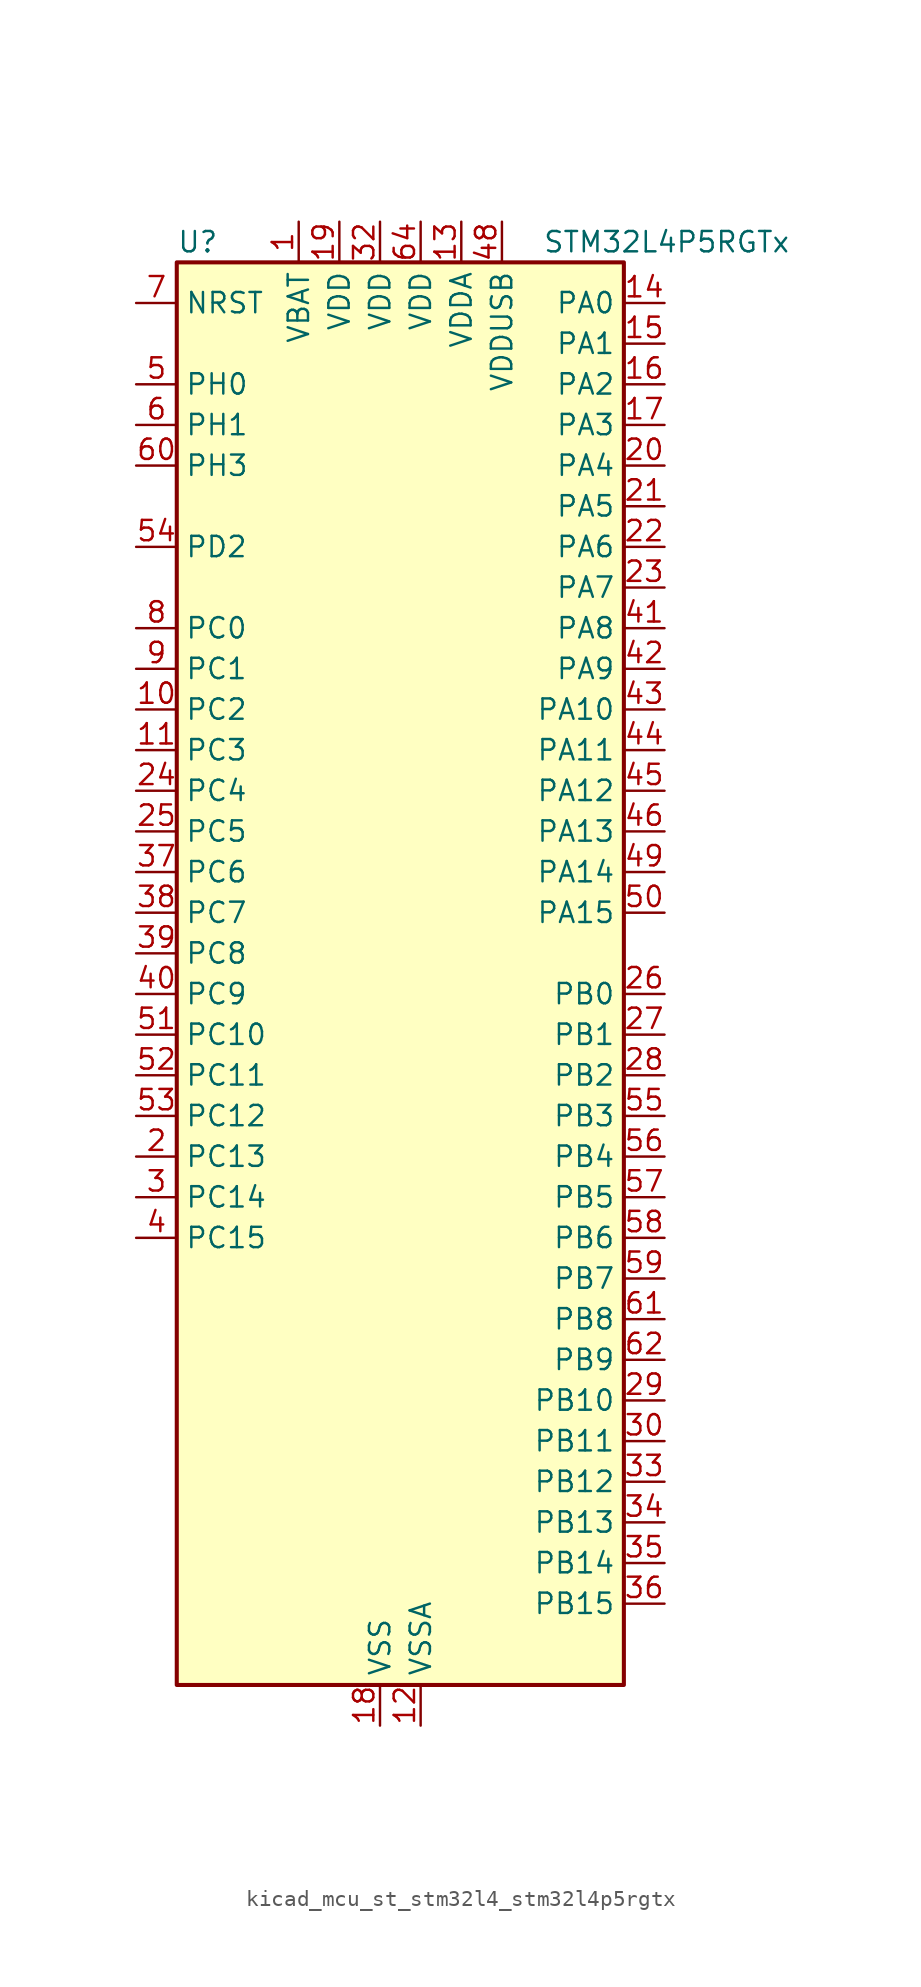
<source format=kicad_sym>
(kicad_symbol_lib
  (version 20220914)
  (generator kicad_symbol_editor)
  (symbol "kicad_mcu_st_stm32l4_stm32l4p5rgtx"
    (property "Reference" "U"
      (at -12.7 46.99 0)
      (effects (font (size 1.27 1.27)) (justify left)))
    (property "Value" "STM32L4P5RGTx"
      (at 10.16 46.99 0)
      (effects (font (size 1.27 1.27)) (justify left)))
    (property "ki_locked" ""
      (at 0 0 0)
      (effects (font (size 1.27 1.27))))
    (symbol "kicad_mcu_st_stm32l4_stm32l4p5rgtx_0_1"
      (rectangle (start -12.7 -43.18) (end 15.24 45.72) (stroke (width 0.254) (type default)) (fill (type background))))
    (symbol "kicad_mcu_st_stm32l4_stm32l4p5rgtx_1_1"
      (pin power_in line (at -5.08 48.26 270) (length 2.54) (name "VBAT" (effects (font (size 1.27 1.27)))) (number "1" (effects (font (size 1.27 1.27)))))
      (pin bidirectional line (at -15.24 17.78 0) (length 2.54) (name "PC2" (effects (font (size 1.27 1.27)))) (number "10" (effects (font (size 1.27 1.27)))) (alternate "ADC1_IN3" bidirectional line) (alternate "ADC2_IN3" bidirectional line) (alternate "DFSDM1_CKOUT" bidirectional line) (alternate "LPTIM1_IN2" bidirectional line) (alternate "LTDC_HSYNC" bidirectional line) (alternate "OCTOSPIM_P1_IO5" bidirectional line) (alternate "SPI2_MISO" bidirectional line))
      (pin bidirectional line (at -15.24 15.24 0) (length 2.54) (name "PC3" (effects (font (size 1.27 1.27)))) (number "11" (effects (font (size 1.27 1.27)))) (alternate "ADC1_IN4" bidirectional line) (alternate "ADC2_IN4" bidirectional line) (alternate "LPTIM1_ETR" bidirectional line) (alternate "LPTIM2_ETR" bidirectional line) (alternate "OCTOSPIM_P1_IO6" bidirectional line) (alternate "SAI1_D1" bidirectional line) (alternate "SAI1_SD_A" bidirectional line) (alternate "SPI2_MOSI" bidirectional line))
      (pin power_in line (at 2.54 -45.72 90) (length 2.54) (name "VSSA" (effects (font (size 1.27 1.27)))) (number "12" (effects (font (size 1.27 1.27)))))
      (pin power_in line (at 5.08 48.26 270) (length 2.54) (name "VDDA" (effects (font (size 1.27 1.27)))) (number "13" (effects (font (size 1.27 1.27)))))
      (pin bidirectional line (at 17.78 43.18 180) (length 2.54) (name "PA0" (effects (font (size 1.27 1.27)))) (number "14" (effects (font (size 1.27 1.27)))) (alternate "ADC1_IN5" bidirectional line) (alternate "ADC2_IN5" bidirectional line) (alternate "OPAMP1_VINP" bidirectional line) (alternate "RTC_TAMP2" bidirectional line) (alternate "SAI1_EXTCLK" bidirectional line) (alternate "SYS_WKUP1" bidirectional line) (alternate "TIM2_CH1" bidirectional line) (alternate "TIM2_ETR" bidirectional line) (alternate "TIM5_CH1" bidirectional line) (alternate "TIM8_ETR" bidirectional line) (alternate "UART4_TX" bidirectional line) (alternate "USART2_CTS" bidirectional line) (alternate "USART2_NSS" bidirectional line))
      (pin bidirectional line (at 17.78 40.64 180) (length 2.54) (name "PA1" (effects (font (size 1.27 1.27)))) (number "15" (effects (font (size 1.27 1.27)))) (alternate "ADC1_IN6" bidirectional line) (alternate "ADC2_IN6" bidirectional line) (alternate "I2C1_SMBA" bidirectional line) (alternate "OCTOSPIM_P1_DQS" bidirectional line) (alternate "OPAMP1_VINM" bidirectional line) (alternate "SDMMC2_CMD" bidirectional line) (alternate "SPI1_SCK" bidirectional line) (alternate "TIM15_CH1N" bidirectional line) (alternate "TIM2_CH2" bidirectional line) (alternate "TIM5_CH2" bidirectional line) (alternate "UART4_RX" bidirectional line) (alternate "USART2_DE" bidirectional line) (alternate "USART2_RTS" bidirectional line))
      (pin bidirectional line (at 17.78 38.1 180) (length 2.54) (name "PA2" (effects (font (size 1.27 1.27)))) (number "16" (effects (font (size 1.27 1.27)))) (alternate "ADC1_IN7" bidirectional line) (alternate "ADC2_IN7" bidirectional line) (alternate "LPUART1_TX" bidirectional line) (alternate "OCTOSPIM_P1_NCS" bidirectional line) (alternate "RCC_LSCO" bidirectional line) (alternate "SAI2_EXTCLK" bidirectional line) (alternate "SYS_WKUP4" bidirectional line) (alternate "TIM15_CH1" bidirectional line) (alternate "TIM2_CH3" bidirectional line) (alternate "TIM5_CH3" bidirectional line) (alternate "USART2_TX" bidirectional line))
      (pin bidirectional line (at 17.78 35.56 180) (length 2.54) (name "PA3" (effects (font (size 1.27 1.27)))) (number "17" (effects (font (size 1.27 1.27)))) (alternate "ADC1_IN8" bidirectional line) (alternate "ADC2_IN8" bidirectional line) (alternate "LPUART1_RX" bidirectional line) (alternate "OCTOSPIM_P1_CLK" bidirectional line) (alternate "OPAMP1_VOUT" bidirectional line) (alternate "SAI1_CK1" bidirectional line) (alternate "SAI1_MCLK_A" bidirectional line) (alternate "TIM15_CH2" bidirectional line) (alternate "TIM2_CH4" bidirectional line) (alternate "TIM5_CH4" bidirectional line) (alternate "USART2_RX" bidirectional line))
      (pin power_in line (at 0 -45.72 90) (length 2.54) (name "VSS" (effects (font (size 1.27 1.27)))) (number "18" (effects (font (size 1.27 1.27)))))
      (pin power_in line (at -2.54 48.26 270) (length 2.54) (name "VDD" (effects (font (size 1.27 1.27)))) (number "19" (effects (font (size 1.27 1.27)))))
      (pin bidirectional line (at -15.24 -10.16 0) (length 2.54) (name "PC13" (effects (font (size 1.27 1.27)))) (number "2" (effects (font (size 1.27 1.27)))) (alternate "RTC_OUT1" bidirectional line) (alternate "RTC_TAMP1" bidirectional line) (alternate "RTC_TS" bidirectional line) (alternate "SYS_WKUP2" bidirectional line))
      (pin bidirectional line (at 17.78 33.02 180) (length 2.54) (name "PA4" (effects (font (size 1.27 1.27)))) (number "20" (effects (font (size 1.27 1.27)))) (alternate "ADC1_IN9" bidirectional line) (alternate "ADC2_IN9" bidirectional line) (alternate "DAC1_OUT1" bidirectional line) (alternate "DCMI_HSYNC" bidirectional line) (alternate "LPTIM2_OUT" bidirectional line) (alternate "LTDC_CLK" bidirectional line) (alternate "OCTOSPIM_P1_NCS" bidirectional line) (alternate "PSSI_DE" bidirectional line) (alternate "SAI1_FS_B" bidirectional line) (alternate "SPI1_NSS" bidirectional line) (alternate "SPI3_NSS" bidirectional line) (alternate "USART2_CK" bidirectional line))
      (pin bidirectional line (at 17.78 30.48 180) (length 2.54) (name "PA5" (effects (font (size 1.27 1.27)))) (number "21" (effects (font (size 1.27 1.27)))) (alternate "ADC1_IN10" bidirectional line) (alternate "ADC2_IN10" bidirectional line) (alternate "DAC1_OUT2" bidirectional line) (alternate "LPTIM2_ETR" bidirectional line) (alternate "LTDC_R7" bidirectional line) (alternate "PSSI_D14" bidirectional line) (alternate "SPI1_SCK" bidirectional line) (alternate "TIM2_CH1" bidirectional line) (alternate "TIM2_ETR" bidirectional line) (alternate "TIM8_CH1N" bidirectional line))
      (pin bidirectional line (at 17.78 27.94 180) (length 2.54) (name "PA6" (effects (font (size 1.27 1.27)))) (number "22" (effects (font (size 1.27 1.27)))) (alternate "ADC1_IN11" bidirectional line) (alternate "ADC2_IN11" bidirectional line) (alternate "DCMI_PIXCLK" bidirectional line) (alternate "LPUART1_CTS" bidirectional line) (alternate "OCTOSPIM_P1_IO3" bidirectional line) (alternate "OPAMP2_VINP" bidirectional line) (alternate "PSSI_PDCK" bidirectional line) (alternate "SPI1_MISO" bidirectional line) (alternate "TIM16_CH1" bidirectional line) (alternate "TIM1_BKIN" bidirectional line) (alternate "TIM3_CH1" bidirectional line) (alternate "TIM8_BKIN" bidirectional line) (alternate "USART3_CTS" bidirectional line) (alternate "USART3_NSS" bidirectional line))
      (pin bidirectional line (at 17.78 25.4 180) (length 2.54) (name "PA7" (effects (font (size 1.27 1.27)))) (number "23" (effects (font (size 1.27 1.27)))) (alternate "ADC1_IN12" bidirectional line) (alternate "ADC2_IN12" bidirectional line) (alternate "I2C3_SCL" bidirectional line) (alternate "OCTOSPIM_P1_IO2" bidirectional line) (alternate "OPAMP2_VINM" bidirectional line) (alternate "SPI1_MOSI" bidirectional line) (alternate "TIM17_CH1" bidirectional line) (alternate "TIM1_CH1N" bidirectional line) (alternate "TIM3_CH2" bidirectional line) (alternate "TIM8_CH1N" bidirectional line))
      (pin bidirectional line (at -15.24 12.7 0) (length 2.54) (name "PC4" (effects (font (size 1.27 1.27)))) (number "24" (effects (font (size 1.27 1.27)))) (alternate "ADC1_IN13" bidirectional line) (alternate "ADC2_IN13" bidirectional line) (alternate "COMP1_INM" bidirectional line) (alternate "OCTOSPIM_P1_IO7" bidirectional line) (alternate "OCTOSPIM_P2_NCS" bidirectional line) (alternate "USART3_TX" bidirectional line))
      (pin bidirectional line (at -15.24 10.16 0) (length 2.54) (name "PC5" (effects (font (size 1.27 1.27)))) (number "25" (effects (font (size 1.27 1.27)))) (alternate "ADC1_IN14" bidirectional line) (alternate "ADC2_IN14" bidirectional line) (alternate "COMP1_INP" bidirectional line) (alternate "LTDC_CLK" bidirectional line) (alternate "PSSI_D15" bidirectional line) (alternate "SAI1_D3" bidirectional line) (alternate "SYS_WKUP5" bidirectional line) (alternate "USART3_RX" bidirectional line))
      (pin bidirectional line (at 17.78 0 180) (length 2.54) (name "PB0" (effects (font (size 1.27 1.27)))) (number "26" (effects (font (size 1.27 1.27)))) (alternate "ADC1_IN15" bidirectional line) (alternate "ADC2_IN15" bidirectional line) (alternate "COMP1_OUT" bidirectional line) (alternate "LTDC_B6" bidirectional line) (alternate "OCTOSPIM_P1_IO1" bidirectional line) (alternate "OPAMP2_VOUT" bidirectional line) (alternate "SAI1_EXTCLK" bidirectional line) (alternate "SPI1_NSS" bidirectional line) (alternate "TIM1_CH2N" bidirectional line) (alternate "TIM3_CH3" bidirectional line) (alternate "TIM8_CH2N" bidirectional line) (alternate "USART3_CK" bidirectional line))
      (pin bidirectional line (at 17.78 -2.54 180) (length 2.54) (name "PB1" (effects (font (size 1.27 1.27)))) (number "27" (effects (font (size 1.27 1.27)))) (alternate "ADC1_IN16" bidirectional line) (alternate "ADC2_IN16" bidirectional line) (alternate "COMP1_INM" bidirectional line) (alternate "DFSDM1_DATIN0" bidirectional line) (alternate "LPTIM2_IN1" bidirectional line) (alternate "LPUART1_DE" bidirectional line) (alternate "LPUART1_RTS" bidirectional line) (alternate "LTDC_G6" bidirectional line) (alternate "OCTOSPIM_P1_IO0" bidirectional line) (alternate "TIM1_CH3N" bidirectional line) (alternate "TIM3_CH4" bidirectional line) (alternate "TIM8_CH3N" bidirectional line) (alternate "USART3_DE" bidirectional line) (alternate "USART3_RTS" bidirectional line))
      (pin bidirectional line (at 17.78 -5.08 180) (length 2.54) (name "PB2" (effects (font (size 1.27 1.27)))) (number "28" (effects (font (size 1.27 1.27)))) (alternate "COMP1_INP" bidirectional line) (alternate "DFSDM1_CKIN0" bidirectional line) (alternate "I2C3_SMBA" bidirectional line) (alternate "LPTIM1_OUT" bidirectional line) (alternate "OCTOSPIM_P1_DQS" bidirectional line) (alternate "RTC_OUT2" bidirectional line))
      (pin bidirectional line (at 17.78 -25.4 180) (length 2.54) (name "PB10" (effects (font (size 1.27 1.27)))) (number "29" (effects (font (size 1.27 1.27)))) (alternate "COMP1_OUT" bidirectional line) (alternate "I2C2_SCL" bidirectional line) (alternate "I2C4_SCL" bidirectional line) (alternate "LPUART1_RX" bidirectional line) (alternate "OCTOSPIM_P1_CLK" bidirectional line) (alternate "OCTOSPIM_P1_IO3" bidirectional line) (alternate "SAI1_SCK_A" bidirectional line) (alternate "SPI2_SCK" bidirectional line) (alternate "TIM2_CH3" bidirectional line) (alternate "TSC_SYNC" bidirectional line) (alternate "USART3_TX" bidirectional line))
      (pin bidirectional line (at -15.24 -12.7 0) (length 2.54) (name "PC14" (effects (font (size 1.27 1.27)))) (number "3" (effects (font (size 1.27 1.27)))) (alternate "RCC_OSC32_IN" bidirectional line))
      (pin bidirectional line (at 17.78 -27.94 180) (length 2.54) (name "PB11" (effects (font (size 1.27 1.27)))) (number "30" (effects (font (size 1.27 1.27)))) (alternate "ADC1_EXTI11" bidirectional line) (alternate "ADC2_EXTI11" bidirectional line) (alternate "COMP2_OUT" bidirectional line) (alternate "I2C2_SDA" bidirectional line) (alternate "I2C4_SDA" bidirectional line) (alternate "LPUART1_TX" bidirectional line) (alternate "LTDC_VSYNC" bidirectional line) (alternate "OCTOSPIM_P1_NCS" bidirectional line) (alternate "TIM2_CH4" bidirectional line) (alternate "USART3_RX" bidirectional line))
      (pin passive line (at 0 -45.72 90) (length 2.54) hide (name "VSS" (effects (font (size 1.27 1.27)))) (number "31" (effects (font (size 1.27 1.27)))))
      (pin power_in line (at 0 48.26 270) (length 2.54) (name "VDD" (effects (font (size 1.27 1.27)))) (number "32" (effects (font (size 1.27 1.27)))))
      (pin bidirectional line (at 17.78 -30.48 180) (length 2.54) (name "PB12" (effects (font (size 1.27 1.27)))) (number "33" (effects (font (size 1.27 1.27)))) (alternate "DFSDM1_DATIN1" bidirectional line) (alternate "I2C2_SMBA" bidirectional line) (alternate "LPUART1_DE" bidirectional line) (alternate "LPUART1_RTS" bidirectional line) (alternate "OCTOSPIM_P1_NCLK" bidirectional line) (alternate "SAI2_FS_A" bidirectional line) (alternate "SDMMC2_CK" bidirectional line) (alternate "SPI2_NSS" bidirectional line) (alternate "TIM15_BKIN" bidirectional line) (alternate "TIM1_BKIN" bidirectional line) (alternate "TSC_G1_IO1" bidirectional line) (alternate "USART3_CK" bidirectional line))
      (pin bidirectional line (at 17.78 -33.02 180) (length 2.54) (name "PB13" (effects (font (size 1.27 1.27)))) (number "34" (effects (font (size 1.27 1.27)))) (alternate "DFSDM1_CKIN1" bidirectional line) (alternate "I2C2_SCL" bidirectional line) (alternate "LPUART1_CTS" bidirectional line) (alternate "OCTOSPIM_P1_IO1" bidirectional line) (alternate "SAI2_SCK_A" bidirectional line) (alternate "SPI2_SCK" bidirectional line) (alternate "TIM15_CH1N" bidirectional line) (alternate "TIM1_CH1N" bidirectional line) (alternate "TSC_G1_IO2" bidirectional line) (alternate "USART3_CTS" bidirectional line) (alternate "USART3_NSS" bidirectional line))
      (pin bidirectional line (at 17.78 -35.56 180) (length 2.54) (name "PB14" (effects (font (size 1.27 1.27)))) (number "35" (effects (font (size 1.27 1.27)))) (alternate "DFSDM1_DATIN2" bidirectional line) (alternate "I2C2_SDA" bidirectional line) (alternate "OCTOSPIM_P1_IO6" bidirectional line) (alternate "SAI2_MCLK_A" bidirectional line) (alternate "SDMMC2_D0" bidirectional line) (alternate "SPI2_MISO" bidirectional line) (alternate "TIM15_CH1" bidirectional line) (alternate "TIM1_CH2N" bidirectional line) (alternate "TIM8_CH2N" bidirectional line) (alternate "TSC_G1_IO3" bidirectional line) (alternate "USART3_DE" bidirectional line) (alternate "USART3_RTS" bidirectional line))
      (pin bidirectional line (at 17.78 -38.1 180) (length 2.54) (name "PB15" (effects (font (size 1.27 1.27)))) (number "36" (effects (font (size 1.27 1.27)))) (alternate "ADC1_EXTI15" bidirectional line) (alternate "ADC2_EXTI15" bidirectional line) (alternate "DFSDM1_CKIN2" bidirectional line) (alternate "OCTOSPIM_P1_IO7" bidirectional line) (alternate "RTC_REFIN" bidirectional line) (alternate "SAI2_SD_A" bidirectional line) (alternate "SDMMC2_D1" bidirectional line) (alternate "SPI2_MOSI" bidirectional line) (alternate "TIM15_CH2" bidirectional line) (alternate "TIM1_CH3N" bidirectional line) (alternate "TIM8_CH3N" bidirectional line) (alternate "TSC_G1_IO4" bidirectional line))
      (pin bidirectional line (at -15.24 7.62 0) (length 2.54) (name "PC6" (effects (font (size 1.27 1.27)))) (number "37" (effects (font (size 1.27 1.27)))) (alternate "DCMI_D0" bidirectional line) (alternate "DFSDM1_CKIN3" bidirectional line) (alternate "LTDC_G7" bidirectional line) (alternate "PSSI_D0" bidirectional line) (alternate "SAI2_MCLK_A" bidirectional line) (alternate "SDMMC1_D0DIR" bidirectional line) (alternate "SDMMC1_D6" bidirectional line) (alternate "SDMMC2_D6" bidirectional line) (alternate "TIM3_CH1" bidirectional line) (alternate "TIM8_CH1" bidirectional line) (alternate "TSC_G4_IO1" bidirectional line))
      (pin bidirectional line (at -15.24 5.08 0) (length 2.54) (name "PC7" (effects (font (size 1.27 1.27)))) (number "38" (effects (font (size 1.27 1.27)))) (alternate "DCMI_D1" bidirectional line) (alternate "DFSDM1_DATIN3" bidirectional line) (alternate "LTDC_B6" bidirectional line) (alternate "PSSI_D1" bidirectional line) (alternate "SAI2_MCLK_B" bidirectional line) (alternate "SDMMC1_D123DIR" bidirectional line) (alternate "SDMMC1_D7" bidirectional line) (alternate "SDMMC2_D7" bidirectional line) (alternate "TIM3_CH2" bidirectional line) (alternate "TIM8_CH2" bidirectional line) (alternate "TSC_G4_IO2" bidirectional line))
      (pin bidirectional line (at -15.24 2.54 0) (length 2.54) (name "PC8" (effects (font (size 1.27 1.27)))) (number "39" (effects (font (size 1.27 1.27)))) (alternate "DCMI_D2" bidirectional line) (alternate "PSSI_D2" bidirectional line) (alternate "SDMMC1_D0" bidirectional line) (alternate "TIM3_CH3" bidirectional line) (alternate "TIM8_CH3" bidirectional line) (alternate "TSC_G4_IO3" bidirectional line))
      (pin bidirectional line (at -15.24 -15.24 0) (length 2.54) (name "PC15" (effects (font (size 1.27 1.27)))) (number "4" (effects (font (size 1.27 1.27)))) (alternate "ADC1_EXTI15" bidirectional line) (alternate "ADC2_EXTI15" bidirectional line) (alternate "RCC_OSC32_OUT" bidirectional line))
      (pin bidirectional line (at -15.24 0 0) (length 2.54) (name "PC9" (effects (font (size 1.27 1.27)))) (number "40" (effects (font (size 1.27 1.27)))) (alternate "DAC1_EXTI9" bidirectional line) (alternate "DCMI_D3" bidirectional line) (alternate "I2C3_SDA" bidirectional line) (alternate "PSSI_D3" bidirectional line) (alternate "SAI2_EXTCLK" bidirectional line) (alternate "SDMMC1_D1" bidirectional line) (alternate "SYS_TRACED0" bidirectional line) (alternate "TIM3_CH4" bidirectional line) (alternate "TIM8_BKIN2" bidirectional line) (alternate "TIM8_CH4" bidirectional line) (alternate "TSC_G4_IO4" bidirectional line) (alternate "USB_OTG_FS_NOE" bidirectional line))
      (pin bidirectional line (at 17.78 22.86 180) (length 2.54) (name "PA8" (effects (font (size 1.27 1.27)))) (number "41" (effects (font (size 1.27 1.27)))) (alternate "LPTIM2_OUT" bidirectional line) (alternate "LTDC_B7" bidirectional line) (alternate "RCC_MCO" bidirectional line) (alternate "SAI1_CK2" bidirectional line) (alternate "SAI1_SCK_A" bidirectional line) (alternate "TIM1_CH1" bidirectional line) (alternate "USART1_CK" bidirectional line) (alternate "USB_OTG_FS_SOF" bidirectional line))
      (pin bidirectional line (at 17.78 20.32 180) (length 2.54) (name "PA9" (effects (font (size 1.27 1.27)))) (number "42" (effects (font (size 1.27 1.27)))) (alternate "DAC1_EXTI9" bidirectional line) (alternate "DCMI_D0" bidirectional line) (alternate "LTDC_G7" bidirectional line) (alternate "PSSI_D0" bidirectional line) (alternate "SAI1_FS_A" bidirectional line) (alternate "SPI2_SCK" bidirectional line) (alternate "TIM15_BKIN" bidirectional line) (alternate "TIM1_CH2" bidirectional line) (alternate "USART1_TX" bidirectional line) (alternate "USB_OTG_FS_VBUS" bidirectional line))
      (pin bidirectional line (at 17.78 17.78 180) (length 2.54) (name "PA10" (effects (font (size 1.27 1.27)))) (number "43" (effects (font (size 1.27 1.27)))) (alternate "DCMI_D1" bidirectional line) (alternate "LTDC_G6" bidirectional line) (alternate "PSSI_D1" bidirectional line) (alternate "SAI1_D1" bidirectional line) (alternate "SAI1_SD_A" bidirectional line) (alternate "TIM17_BKIN" bidirectional line) (alternate "TIM1_CH3" bidirectional line) (alternate "USART1_RX" bidirectional line) (alternate "USB_OTG_FS_ID" bidirectional line))
      (pin bidirectional line (at 17.78 15.24 180) (length 2.54) (name "PA11" (effects (font (size 1.27 1.27)))) (number "44" (effects (font (size 1.27 1.27)))) (alternate "ADC1_EXTI11" bidirectional line) (alternate "ADC2_EXTI11" bidirectional line) (alternate "CAN1_RX" bidirectional line) (alternate "LTDC_DE" bidirectional line) (alternate "SPI1_MISO" bidirectional line) (alternate "TIM1_BKIN2" bidirectional line) (alternate "TIM1_CH4" bidirectional line) (alternate "USART1_CTS" bidirectional line) (alternate "USART1_NSS" bidirectional line) (alternate "USB_OTG_FS_DM" bidirectional line))
      (pin bidirectional line (at 17.78 12.7 180) (length 2.54) (name "PA12" (effects (font (size 1.27 1.27)))) (number "45" (effects (font (size 1.27 1.27)))) (alternate "CAN1_TX" bidirectional line) (alternate "LTDC_VSYNC" bidirectional line) (alternate "OCTOSPIM_P2_NCS" bidirectional line) (alternate "SPI1_MOSI" bidirectional line) (alternate "TIM1_ETR" bidirectional line) (alternate "USART1_DE" bidirectional line) (alternate "USART1_RTS" bidirectional line) (alternate "USB_OTG_FS_DP" bidirectional line))
      (pin bidirectional line (at 17.78 10.16 180) (length 2.54) (name "PA13" (effects (font (size 1.27 1.27)))) (number "46" (effects (font (size 1.27 1.27)))) (alternate "IR_OUT" bidirectional line) (alternate "SAI1_SD_B" bidirectional line) (alternate "SYS_JTMS-SWDIO" bidirectional line) (alternate "USB_OTG_FS_NOE" bidirectional line))
      (pin passive line (at 0 -45.72 90) (length 2.54) hide (name "VSS" (effects (font (size 1.27 1.27)))) (number "47" (effects (font (size 1.27 1.27)))))
      (pin power_in line (at 7.62 48.26 270) (length 2.54) (name "VDDUSB" (effects (font (size 1.27 1.27)))) (number "48" (effects (font (size 1.27 1.27)))))
      (pin bidirectional line (at 17.78 7.62 180) (length 2.54) (name "PA14" (effects (font (size 1.27 1.27)))) (number "49" (effects (font (size 1.27 1.27)))) (alternate "I2C1_SMBA" bidirectional line) (alternate "I2C4_SMBA" bidirectional line) (alternate "LPTIM1_OUT" bidirectional line) (alternate "SAI1_FS_B" bidirectional line) (alternate "SYS_JTCK-SWCLK" bidirectional line) (alternate "USB_OTG_FS_SOF" bidirectional line))
      (pin bidirectional line (at -15.24 38.1 0) (length 2.54) (name "PH0" (effects (font (size 1.27 1.27)))) (number "5" (effects (font (size 1.27 1.27)))) (alternate "RCC_OSC_IN" bidirectional line))
      (pin bidirectional line (at 17.78 5.08 180) (length 2.54) (name "PA15" (effects (font (size 1.27 1.27)))) (number "50" (effects (font (size 1.27 1.27)))) (alternate "ADC1_EXTI15" bidirectional line) (alternate "ADC2_EXTI15" bidirectional line) (alternate "LTDC_HSYNC" bidirectional line) (alternate "SAI2_FS_B" bidirectional line) (alternate "SPI1_NSS" bidirectional line) (alternate "SPI3_NSS" bidirectional line) (alternate "SYS_JTDI" bidirectional line) (alternate "TIM2_CH1" bidirectional line) (alternate "TIM2_ETR" bidirectional line) (alternate "TSC_G3_IO1" bidirectional line) (alternate "UART4_DE" bidirectional line) (alternate "UART4_RTS" bidirectional line) (alternate "USART2_RX" bidirectional line) (alternate "USART3_DE" bidirectional line) (alternate "USART3_RTS" bidirectional line))
      (pin bidirectional line (at -15.24 -2.54 0) (length 2.54) (name "PC10" (effects (font (size 1.27 1.27)))) (number "51" (effects (font (size 1.27 1.27)))) (alternate "DCMI_D8" bidirectional line) (alternate "DCMI_VSYNC" bidirectional line) (alternate "PSSI_D8" bidirectional line) (alternate "PSSI_RDY" bidirectional line) (alternate "SAI2_SCK_B" bidirectional line) (alternate "SDMMC1_D2" bidirectional line) (alternate "SPI3_SCK" bidirectional line) (alternate "SYS_TRACED1" bidirectional line) (alternate "TSC_G3_IO2" bidirectional line) (alternate "UART4_TX" bidirectional line) (alternate "USART3_TX" bidirectional line))
      (pin bidirectional line (at -15.24 -5.08 0) (length 2.54) (name "PC11" (effects (font (size 1.27 1.27)))) (number "52" (effects (font (size 1.27 1.27)))) (alternate "ADC1_EXTI11" bidirectional line) (alternate "ADC2_EXTI11" bidirectional line) (alternate "DCMI_D2" bidirectional line) (alternate "DCMI_D4" bidirectional line) (alternate "OCTOSPIM_P1_NCS" bidirectional line) (alternate "PSSI_D2" bidirectional line) (alternate "PSSI_D4" bidirectional line) (alternate "SAI2_MCLK_B" bidirectional line) (alternate "SDMMC1_D3" bidirectional line) (alternate "SPI3_MISO" bidirectional line) (alternate "TSC_G3_IO3" bidirectional line) (alternate "UART4_RX" bidirectional line) (alternate "USART3_RX" bidirectional line))
      (pin bidirectional line (at -15.24 -7.62 0) (length 2.54) (name "PC12" (effects (font (size 1.27 1.27)))) (number "53" (effects (font (size 1.27 1.27)))) (alternate "DCMI_D9" bidirectional line) (alternate "LTDC_R6" bidirectional line) (alternate "PSSI_D9" bidirectional line) (alternate "SAI2_SD_B" bidirectional line) (alternate "SDMMC1_CK" bidirectional line) (alternate "SPI3_MOSI" bidirectional line) (alternate "SYS_TRACED3" bidirectional line) (alternate "TSC_G3_IO4" bidirectional line) (alternate "USART3_CK" bidirectional line))
      (pin bidirectional line (at -15.24 27.94 0) (length 2.54) (name "PD2" (effects (font (size 1.27 1.27)))) (number "54" (effects (font (size 1.27 1.27)))) (alternate "DCMI_D11" bidirectional line) (alternate "PSSI_D11" bidirectional line) (alternate "SDMMC1_CMD" bidirectional line) (alternate "SYS_TRACED2" bidirectional line) (alternate "TIM3_ETR" bidirectional line) (alternate "TSC_SYNC" bidirectional line) (alternate "USART3_DE" bidirectional line) (alternate "USART3_RTS" bidirectional line))
      (pin bidirectional line (at 17.78 -7.62 180) (length 2.54) (name "PB3" (effects (font (size 1.27 1.27)))) (number "55" (effects (font (size 1.27 1.27)))) (alternate "COMP2_INM" bidirectional line) (alternate "CRS_SYNC" bidirectional line) (alternate "OCTOSPIM_P1_IO4" bidirectional line) (alternate "SAI1_SCK_B" bidirectional line) (alternate "SDMMC2_D2" bidirectional line) (alternate "SPI1_SCK" bidirectional line) (alternate "SPI3_SCK" bidirectional line) (alternate "SYS_JTDO-SWO" bidirectional line) (alternate "TIM2_CH2" bidirectional line) (alternate "USART1_DE" bidirectional line) (alternate "USART1_RTS" bidirectional line))
      (pin bidirectional line (at 17.78 -10.16 180) (length 2.54) (name "PB4" (effects (font (size 1.27 1.27)))) (number "56" (effects (font (size 1.27 1.27)))) (alternate "COMP2_INP" bidirectional line) (alternate "DCMI_D12" bidirectional line) (alternate "I2C3_SDA" bidirectional line) (alternate "OCTOSPIM_P1_IO5" bidirectional line) (alternate "PSSI_D12" bidirectional line) (alternate "SAI1_MCLK_B" bidirectional line) (alternate "SDMMC2_D3" bidirectional line) (alternate "SPI1_MISO" bidirectional line) (alternate "SPI3_MISO" bidirectional line) (alternate "SYS_JTRST" bidirectional line) (alternate "TIM17_BKIN" bidirectional line) (alternate "TIM3_CH1" bidirectional line) (alternate "TSC_G2_IO1" bidirectional line) (alternate "USART1_CTS" bidirectional line) (alternate "USART1_NSS" bidirectional line))
      (pin bidirectional line (at 17.78 -12.7 180) (length 2.54) (name "PB5" (effects (font (size 1.27 1.27)))) (number "57" (effects (font (size 1.27 1.27)))) (alternate "COMP2_OUT" bidirectional line) (alternate "DCMI_D10" bidirectional line) (alternate "I2C1_SMBA" bidirectional line) (alternate "LPTIM1_IN1" bidirectional line) (alternate "OCTOSPIM_P1_IO0" bidirectional line) (alternate "PSSI_D10" bidirectional line) (alternate "SAI1_SD_B" bidirectional line) (alternate "SPI1_MOSI" bidirectional line) (alternate "SPI3_MOSI" bidirectional line) (alternate "TIM16_BKIN" bidirectional line) (alternate "TIM3_CH2" bidirectional line) (alternate "TSC_G2_IO2" bidirectional line) (alternate "USART1_CK" bidirectional line))
      (pin bidirectional line (at 17.78 -15.24 180) (length 2.54) (name "PB6" (effects (font (size 1.27 1.27)))) (number "58" (effects (font (size 1.27 1.27)))) (alternate "COMP2_INP" bidirectional line) (alternate "DCMI_D5" bidirectional line) (alternate "I2C1_SCL" bidirectional line) (alternate "I2C4_SCL" bidirectional line) (alternate "LPTIM1_ETR" bidirectional line) (alternate "LTDC_R6" bidirectional line) (alternate "PSSI_D5" bidirectional line) (alternate "SAI1_FS_B" bidirectional line) (alternate "TIM16_CH1N" bidirectional line) (alternate "TIM4_CH1" bidirectional line) (alternate "TIM8_BKIN2" bidirectional line) (alternate "TSC_G2_IO3" bidirectional line) (alternate "USART1_TX" bidirectional line))
      (pin bidirectional line (at 17.78 -17.78 180) (length 2.54) (name "PB7" (effects (font (size 1.27 1.27)))) (number "59" (effects (font (size 1.27 1.27)))) (alternate "COMP2_INM" bidirectional line) (alternate "DCMI_VSYNC" bidirectional line) (alternate "I2C1_SDA" bidirectional line) (alternate "I2C4_SDA" bidirectional line) (alternate "LPTIM1_IN2" bidirectional line) (alternate "LTDC_VSYNC" bidirectional line) (alternate "PSSI_RDY" bidirectional line) (alternate "SYS_PVD_IN" bidirectional line) (alternate "TIM17_CH1N" bidirectional line) (alternate "TIM4_CH2" bidirectional line) (alternate "TIM8_BKIN" bidirectional line) (alternate "TSC_G2_IO4" bidirectional line) (alternate "UART4_CTS" bidirectional line) (alternate "USART1_RX" bidirectional line))
      (pin bidirectional line (at -15.24 35.56 0) (length 2.54) (name "PH1" (effects (font (size 1.27 1.27)))) (number "6" (effects (font (size 1.27 1.27)))) (alternate "RCC_OSC_OUT" bidirectional line))
      (pin bidirectional line (at -15.24 33.02 0) (length 2.54) (name "PH3" (effects (font (size 1.27 1.27)))) (number "60" (effects (font (size 1.27 1.27)))))
      (pin bidirectional line (at 17.78 -20.32 180) (length 2.54) (name "PB8" (effects (font (size 1.27 1.27)))) (number "61" (effects (font (size 1.27 1.27)))) (alternate "CAN1_RX" bidirectional line) (alternate "DCMI_D6" bidirectional line) (alternate "DFSDM1_CKOUT" bidirectional line) (alternate "I2C1_SCL" bidirectional line) (alternate "LTDC_DE" bidirectional line) (alternate "PSSI_D6" bidirectional line) (alternate "SAI1_CK1" bidirectional line) (alternate "SAI1_MCLK_A" bidirectional line) (alternate "SDMMC1_CKIN" bidirectional line) (alternate "SDMMC1_D4" bidirectional line) (alternate "SDMMC2_D4" bidirectional line) (alternate "TIM16_CH1" bidirectional line) (alternate "TIM4_CH3" bidirectional line))
      (pin bidirectional line (at 17.78 -22.86 180) (length 2.54) (name "PB9" (effects (font (size 1.27 1.27)))) (number "62" (effects (font (size 1.27 1.27)))) (alternate "CAN1_TX" bidirectional line) (alternate "DAC1_EXTI9" bidirectional line) (alternate "DCMI_D7" bidirectional line) (alternate "I2C1_SDA" bidirectional line) (alternate "IR_OUT" bidirectional line) (alternate "PSSI_D7" bidirectional line) (alternate "SAI1_D2" bidirectional line) (alternate "SAI1_FS_A" bidirectional line) (alternate "SDMMC1_CDIR" bidirectional line) (alternate "SDMMC1_D5" bidirectional line) (alternate "SDMMC2_D5" bidirectional line) (alternate "SPI2_NSS" bidirectional line) (alternate "TIM17_CH1" bidirectional line) (alternate "TIM4_CH4" bidirectional line))
      (pin passive line (at 0 -45.72 90) (length 2.54) hide (name "VSS" (effects (font (size 1.27 1.27)))) (number "63" (effects (font (size 1.27 1.27)))))
      (pin power_in line (at 2.54 48.26 270) (length 2.54) (name "VDD" (effects (font (size 1.27 1.27)))) (number "64" (effects (font (size 1.27 1.27)))))
      (pin input line (at -15.24 43.18 0) (length 2.54) (name "NRST" (effects (font (size 1.27 1.27)))) (number "7" (effects (font (size 1.27 1.27)))))
      (pin bidirectional line (at -15.24 22.86 0) (length 2.54) (name "PC0" (effects (font (size 1.27 1.27)))) (number "8" (effects (font (size 1.27 1.27)))) (alternate "ADC1_IN1" bidirectional line) (alternate "ADC2_IN1" bidirectional line) (alternate "I2C3_SCL" bidirectional line) (alternate "LPTIM1_IN1" bidirectional line) (alternate "LPTIM2_IN1" bidirectional line) (alternate "LPUART1_RX" bidirectional line) (alternate "LTDC_DE" bidirectional line) (alternate "SAI2_FS_A" bidirectional line) (alternate "SDMMC1_CMD" bidirectional line) (alternate "SDMMC2_CKIN" bidirectional line))
      (pin bidirectional line (at -15.24 20.32 0) (length 2.54) (name "PC1" (effects (font (size 1.27 1.27)))) (number "9" (effects (font (size 1.27 1.27)))) (alternate "ADC1_IN2" bidirectional line) (alternate "ADC2_IN2" bidirectional line) (alternate "I2C3_SDA" bidirectional line) (alternate "LPTIM1_OUT" bidirectional line) (alternate "LPUART1_TX" bidirectional line) (alternate "OCTOSPIM_P1_IO4" bidirectional line) (alternate "SAI1_SD_A" bidirectional line) (alternate "SPI2_MOSI" bidirectional line) (alternate "SYS_TRACED0" bidirectional line)))))
</source>
